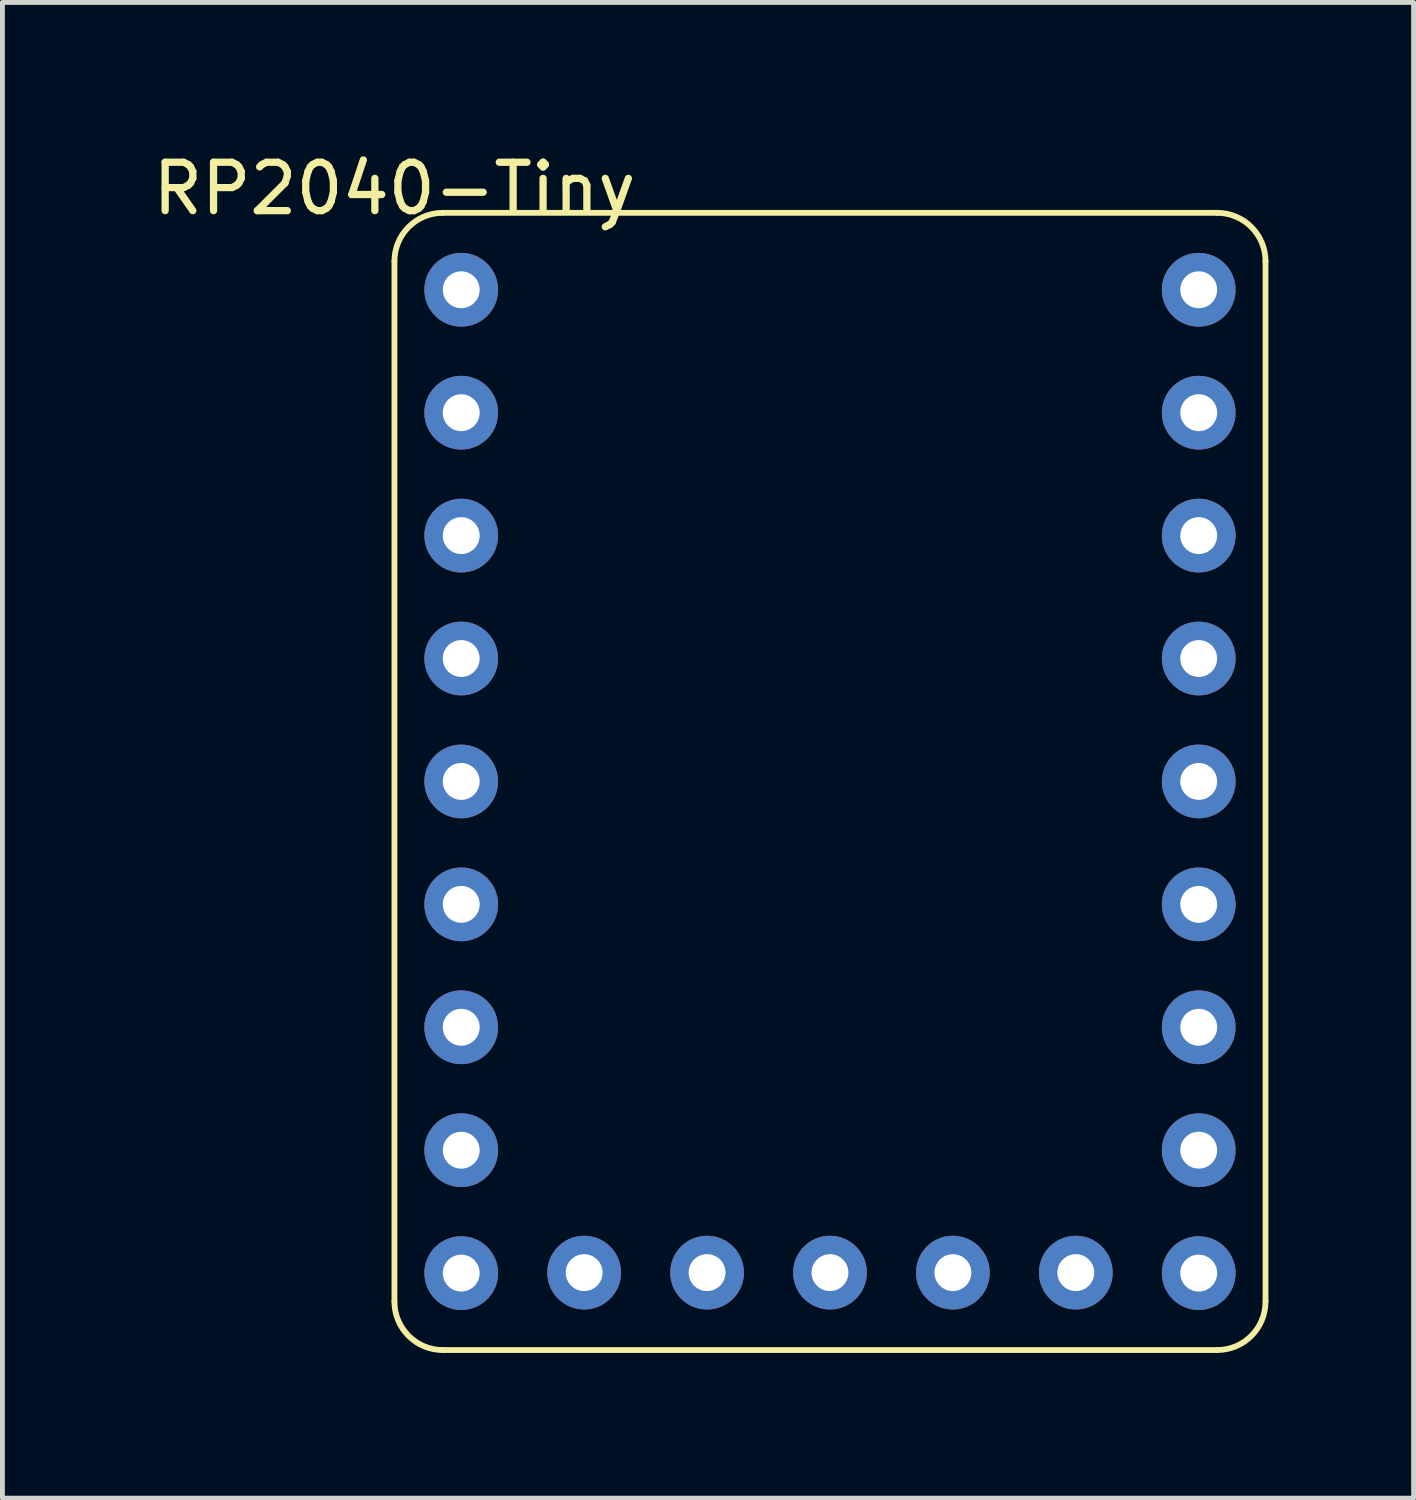
<source format=kicad_pcb>
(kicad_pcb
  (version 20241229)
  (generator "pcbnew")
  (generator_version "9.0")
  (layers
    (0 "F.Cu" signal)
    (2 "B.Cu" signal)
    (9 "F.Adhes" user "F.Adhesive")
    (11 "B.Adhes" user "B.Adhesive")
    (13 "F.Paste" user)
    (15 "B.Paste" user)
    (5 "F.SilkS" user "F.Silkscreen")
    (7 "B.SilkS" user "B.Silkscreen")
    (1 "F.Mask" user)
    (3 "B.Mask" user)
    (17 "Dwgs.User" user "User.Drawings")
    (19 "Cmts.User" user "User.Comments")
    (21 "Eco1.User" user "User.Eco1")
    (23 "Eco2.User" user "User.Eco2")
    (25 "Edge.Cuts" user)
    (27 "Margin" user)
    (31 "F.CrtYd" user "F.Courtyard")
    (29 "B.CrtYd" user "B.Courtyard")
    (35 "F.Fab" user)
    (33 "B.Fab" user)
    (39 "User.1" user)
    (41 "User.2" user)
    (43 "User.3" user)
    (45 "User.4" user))
  (footprint "RP2040-Tiny"
    (layer "F.Cu")
    (at 5.101 1.348)
    (property "Reference" "RP2040-Tiny" (at 0 -0.5 0) (unlocked yes) (layer "F.SilkS") (effects (font (size 1 1) (thickness 0.15))))
    (attr smd)
    (fp_line (start 0 22.5) (end 0 1) (stroke (width 0.12) (type default)) (layer "F.SilkS"))
    (fp_line (start 1 0) (end 17 0) (stroke (width 0.12) (type default)) (layer "F.SilkS"))
    (fp_line (start 17 23.5) (end 1 23.5) (stroke (width 0.12) (type default)) (layer "F.SilkS"))
    (fp_line (start 18 1) (end 18 22.5) (stroke (width 0.12) (type default)) (layer "F.SilkS"))
    (fp_arc (start 0 1) (mid 0.292893 0.292893) (end 1 0) (stroke (width 0.12) (type default)) (layer "F.SilkS"))
    (fp_arc (start 1 23.5) (mid 0.292893 23.207107) (end 0 22.5) (stroke (width 0.12) (type default)) (layer "F.SilkS"))
    (fp_arc (start 17 0) (mid 17.707107 0.292893) (end 18 1) (stroke (width 0.12) (type default)) (layer "F.SilkS"))
    (fp_arc (start 18 22.5) (mid 17.707107 23.207107) (end 17 23.5) (stroke (width 0.12) (type default)) (layer "F.SilkS"))
    (pad "0" thru_hole circle (at 16.62 1.59) (size 1.524 1.524) (drill 0.762) (layers "*.Cu" "*.Mask"))
    (pad "1" thru_hole circle (at 16.62 4.13) (size 1.524 1.524) (drill 0.762) (layers "*.Cu" "*.Mask"))
    (pad "2" thru_hole circle (at 16.62 6.67) (size 1.524 1.524) (drill 0.762) (layers "*.Cu" "*.Mask"))
    (pad "3" thru_hole circle (at 16.62 9.21) (size 1.524 1.524) (drill 0.762) (layers "*.Cu" "*.Mask"))
    (pad "3V3" thru_hole circle (at 1.38 6.67) (size 1.524 1.524) (drill 0.762) (layers "*.Cu" "*.Mask"))
    (pad "4" thru_hole circle (at 16.62 11.75) (size 1.524 1.524) (drill 0.762) (layers "*.Cu" "*.Mask"))
    (pad "5" thru_hole circle (at 16.62 14.29) (size 1.524 1.524) (drill 0.762) (layers "*.Cu" "*.Mask"))
    (pad "5V" thru_hole circle (at 1.38 1.59) (size 1.524 1.524) (drill 0.762) (layers "*.Cu" "*.Mask"))
    (pad "6" thru_hole circle (at 16.62 16.83) (size 1.524 1.524) (drill 0.762) (layers "*.Cu" "*.Mask"))
    (pad "7" thru_hole circle (at 16.62 19.37) (size 1.524 1.524) (drill 0.762) (layers "*.Cu" "*.Mask"))
    (pad "8" thru_hole circle (at 16.62 21.91) (size 1.524 1.524) (drill 0.762) (layers "*.Cu" "*.Mask"))
    (pad "9" thru_hole circle (at 14.08 21.9) (size 1.524 1.524) (drill 0.762) (layers "*.Cu" "*.Mask"))
    (pad "10" thru_hole circle (at 11.54 21.9) (size 1.524 1.524) (drill 0.762) (layers "*.Cu" "*.Mask"))
    (pad "11" thru_hole circle (at 9 21.9) (size 1.524 1.524) (drill 0.762) (layers "*.Cu" "*.Mask"))
    (pad "12" thru_hole circle (at 6.46 21.9) (size 1.524 1.524) (drill 0.762) (layers "*.Cu" "*.Mask"))
    (pad "13" thru_hole circle (at 3.92 21.9) (size 1.524 1.524) (drill 0.762) (layers "*.Cu" "*.Mask"))
    (pad "14" thru_hole circle (at 1.38 21.91) (size 1.524 1.524) (drill 0.762) (layers "*.Cu" "*.Mask"))
    (pad "15" thru_hole circle (at 1.38 19.37) (size 1.524 1.524) (drill 0.762) (layers "*.Cu" "*.Mask"))
    (pad "26" thru_hole circle (at 1.38 16.83) (size 1.524 1.524) (drill 0.762) (layers "*.Cu" "*.Mask"))
    (pad "27" thru_hole circle (at 1.38 14.29) (size 1.524 1.524) (drill 0.762) (layers "*.Cu" "*.Mask"))
    (pad "28" thru_hole circle (at 1.38 11.75) (size 1.524 1.524) (drill 0.762) (layers "*.Cu" "*.Mask"))
    (pad "29" thru_hole circle (at 1.38 9.21) (size 1.524 1.524) (drill 0.762) (layers "*.Cu" "*.Mask"))
    (pad "GND" thru_hole circle (at 1.38 4.13) (size 1.524 1.524) (drill 0.762) (layers "*.Cu" "*.Mask")))
  (gr_rect
    (start -3 -3)
    (end 26.161 27.908)
    (stroke (width 0.1) (type default))
    (fill no)
    (layer "Edge.Cuts")))
</source>
